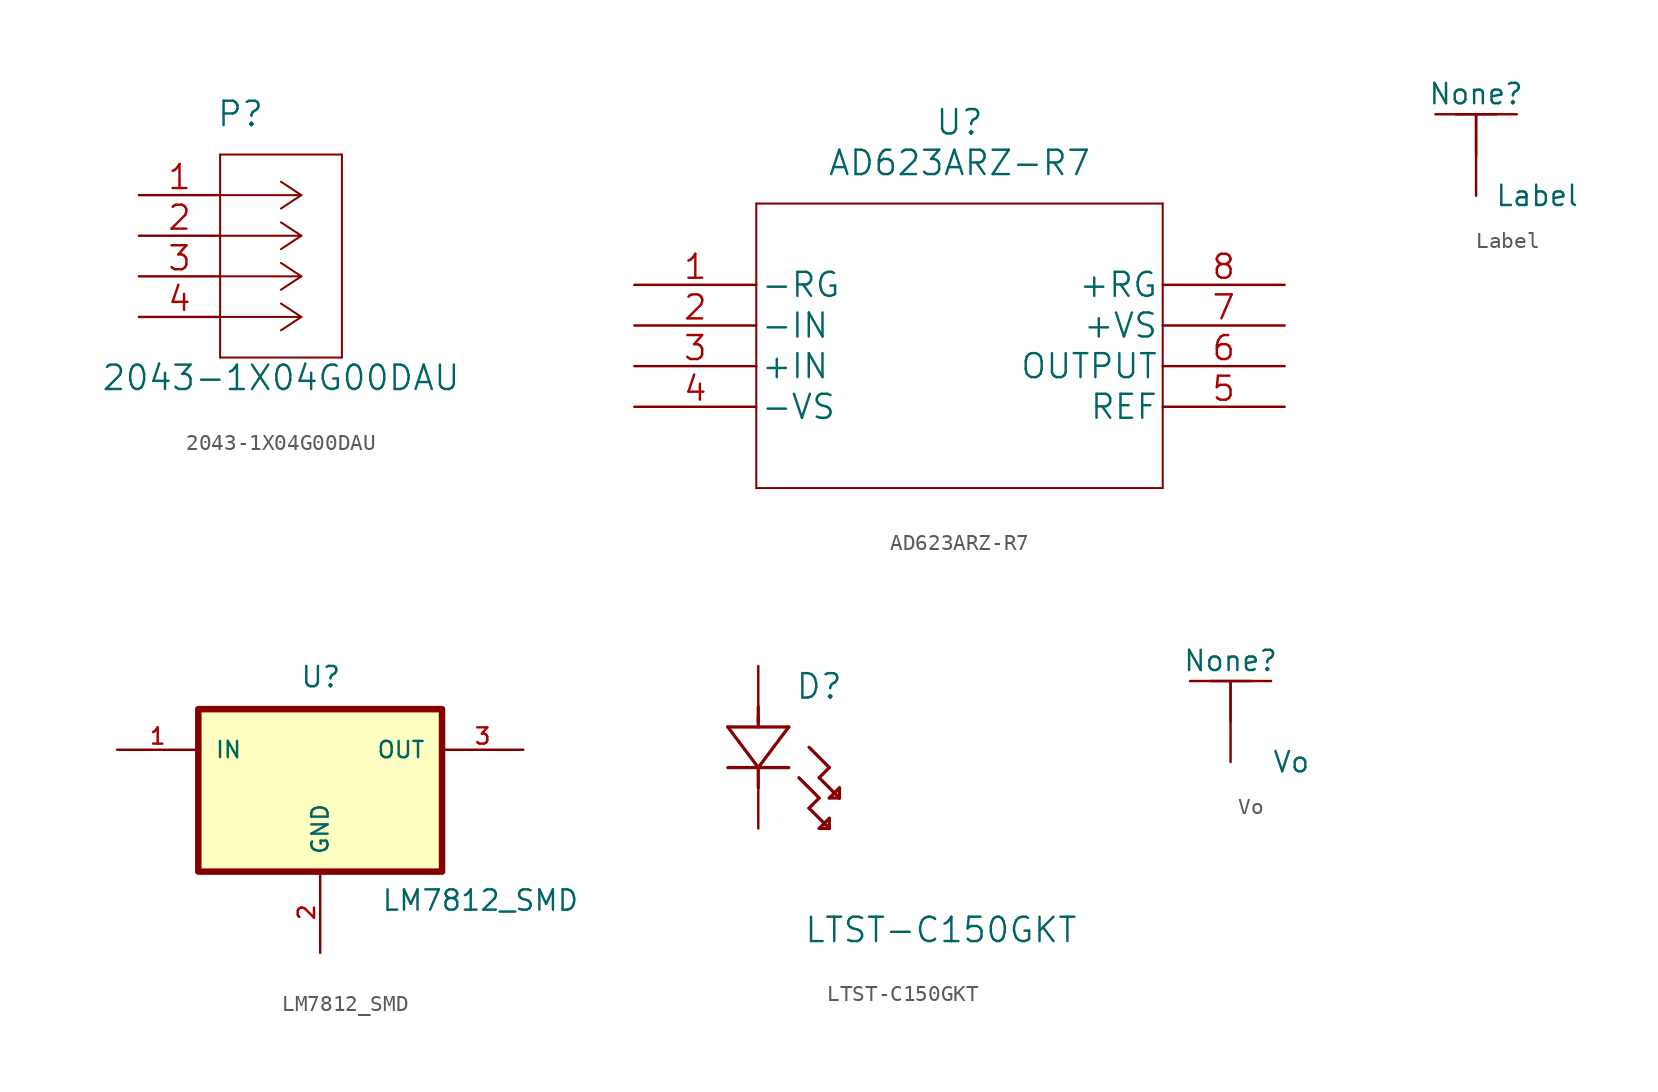
<source format=kicad_sym>
(kicad_symbol_lib
  (version 20211014)
  (generator kicad_symbol_editor)
  (symbol "2043-1X04G00DAU"
    (pin_names
      (offset 0.254) hide)
    (property "Reference" "P"
      (at 6.35 5.08 0)
      (effects (font (size 1.524 1.524))))
    (property "Value" "2043-1X04G00DAU"
      (at 8.89 -11.43 0)
      (effects (font (size 1.524 1.524))))
    (property "Datasheet" ""
      (at 0 0 0)
      (effects (font (size 1.524 1.524))))
    (symbol "2043-1X04G00DAU_1_1"
      (polyline (pts (xy 5.08 -10.16) (xy 12.7 -10.16)) (stroke (width 0.127) (type default) (color 0 0 0 0)) (fill (type none)))
      (polyline (pts (xy 5.08 2.54) (xy 5.08 -10.16)) (stroke (width 0.127) (type default) (color 0 0 0 0)) (fill (type none)))
      (polyline (pts (xy 10.16 -7.62) (xy 5.08 -7.62)) (stroke (width 0.127) (type default) (color 0 0 0 0)) (fill (type none)))
      (polyline (pts (xy 10.16 -7.62) (xy 8.89 -8.458)) (stroke (width 0.127) (type default) (color 0 0 0 0)) (fill (type none)))
      (polyline (pts (xy 10.16 -7.62) (xy 8.89 -6.782)) (stroke (width 0.127) (type default) (color 0 0 0 0)) (fill (type none)))
      (polyline (pts (xy 10.16 -5.08) (xy 5.08 -5.08)) (stroke (width 0.127) (type default) (color 0 0 0 0)) (fill (type none)))
      (polyline (pts (xy 10.16 -5.08) (xy 8.89 -5.918)) (stroke (width 0.127) (type default) (color 0 0 0 0)) (fill (type none)))
      (polyline (pts (xy 10.16 -5.08) (xy 8.89 -4.242)) (stroke (width 0.127) (type default) (color 0 0 0 0)) (fill (type none)))
      (polyline (pts (xy 10.16 -2.54) (xy 5.08 -2.54)) (stroke (width 0.127) (type default) (color 0 0 0 0)) (fill (type none)))
      (polyline (pts (xy 10.16 -2.54) (xy 8.89 -3.378)) (stroke (width 0.127) (type default) (color 0 0 0 0)) (fill (type none)))
      (polyline (pts (xy 10.16 -2.54) (xy 8.89 -1.702)) (stroke (width 0.127) (type default) (color 0 0 0 0)) (fill (type none)))
      (polyline (pts (xy 10.16 0) (xy 5.08 0)) (stroke (width 0.127) (type default) (color 0 0 0 0)) (fill (type none)))
      (polyline (pts (xy 10.16 0) (xy 8.89 -0.838)) (stroke (width 0.127) (type default) (color 0 0 0 0)) (fill (type none)))
      (polyline (pts (xy 10.16 0) (xy 8.89 0.838)) (stroke (width 0.127) (type default) (color 0 0 0 0)) (fill (type none)))
      (polyline (pts (xy 12.7 -10.16) (xy 12.7 2.54)) (stroke (width 0.127) (type default) (color 0 0 0 0)) (fill (type none)))
      (polyline (pts (xy 12.7 2.54) (xy 5.08 2.54)) (stroke (width 0.127) (type default) (color 0 0 0 0)) (fill (type none)))
      (pin passive line (at 0 0 0) (length 5.08) (name "1" (effects (font (size 1.499 1.499)))) (number "1" (effects (font (size 1.499 1.499)))))
      (pin passive line (at 0 -2.54 0) (length 5.08) (name "2" (effects (font (size 1.499 1.499)))) (number "2" (effects (font (size 1.499 1.499)))))
      (pin passive line (at 0 -5.08 0) (length 5.08) (name "3" (effects (font (size 1.499 1.499)))) (number "3" (effects (font (size 1.499 1.499)))))
      (pin passive line (at 0 -7.62 0) (length 5.08) (name "4" (effects (font (size 1.499 1.499)))) (number "4" (effects (font (size 1.499 1.499)))))))
  (symbol "AD623ARZ-R7"
    (pin_names
      (offset 0.254))
    (property "Reference" "U"
      (at 0 12.7 0)
      (effects (font (size 1.524 1.524))))
    (property "Value" "AD623ARZ-R7"
      (at 0 10.16 0)
      (effects (font (size 1.524 1.524))))
    (property "Datasheet" ""
      (at -20.32 2.54 0)
      (effects (font (size 1.524 1.524))))
    (symbol "AD623ARZ-R7_1_1"
      (polyline (pts (xy -12.7 -10.16) (xy 12.7 -10.16)) (stroke (width 0.127) (type default) (color 0 0 0 0)) (fill (type none)))
      (polyline (pts (xy -12.7 7.62) (xy -12.7 -10.16)) (stroke (width 0.127) (type default) (color 0 0 0 0)) (fill (type background)))
      (polyline (pts (xy 12.7 -10.16) (xy 12.7 7.62)) (stroke (width 0.127) (type default) (color 0 0 0 0)) (fill (type none)))
      (polyline (pts (xy 12.7 7.62) (xy -12.7 7.62)) (stroke (width 0.127) (type default) (color 0 0 0 0)) (fill (type background)))
      (pin passive line (at -20.32 2.54 0) (length 7.62) (name "-RG" (effects (font (size 1.499 1.499)))) (number "1" (effects (font (size 1.499 1.499)))))
      (pin input line (at -20.32 0 0) (length 7.62) (name "-IN" (effects (font (size 1.499 1.499)))) (number "2" (effects (font (size 1.499 1.499)))))
      (pin input line (at -20.32 -2.54 0) (length 7.62) (name "+IN" (effects (font (size 1.499 1.499)))) (number "3" (effects (font (size 1.499 1.499)))))
      (pin power_in line (at -20.32 -5.08 0) (length 7.62) (name "-VS" (effects (font (size 1.499 1.499)))) (number "4" (effects (font (size 1.499 1.499)))))
      (pin input line (at 20.32 -5.08 180) (length 7.62) (name "REF" (effects (font (size 1.499 1.499)))) (number "5" (effects (font (size 1.499 1.499)))))
      (pin output line (at 20.32 -2.54 180) (length 7.62) (name "OUTPUT" (effects (font (size 1.499 1.499)))) (number "6" (effects (font (size 1.499 1.499)))))
      (pin power_in line (at 20.32 0 180) (length 7.62) (name "+VS" (effects (font (size 1.499 1.499)))) (number "7" (effects (font (size 1.499 1.499)))))
      (pin passive line (at 20.32 2.54 180) (length 7.62) (name "+RG" (effects (font (size 1.499 1.499)))) (number "8" (effects (font (size 1.499 1.499)))))))
  (symbol "Label"
    (pin_names
      (offset 1.016))
    (property "Reference" "None"
      (at 0 2.54 0)
      (effects (font (size 1.27 1.27))))
    (property "Value" "Label"
      (at 3.81 -3.81 0)
      (effects (font (size 1.27 1.27))))
    (symbol "Label_0_0"
      (pin power_in line (at 0 -3.81 90) (length 5.08) (name "~" (effects (font (size 1.016 1.016)))) (number "~" (effects (font (size 1.016 1.016))))))
    (symbol "Label_0_1"
      (polyline (pts (xy -2.54 1.27) (xy 2.54 1.27)) (stroke (width 0) (type default) (color 0 0 0 0)) (fill (type none)))
      (polyline (pts (xy 0 -1.27) (xy 0 1.27) (xy -1.27 1.27) (xy 1.27 1.27)) (stroke (width 0) (type default) (color 0 0 0 0)) (fill (type none)))))
  (symbol "LM7812_SMD"
    (pin_names
      (offset 1.016))
    (property "Reference" "U"
      (at -1.27 6.35 0)
      (effects (font (size 1.27 1.27)) (justify left bottom)))
    (property "Value" "LM7812_SMD"
      (at 3.81 -7.62 0)
      (effects (font (size 1.27 1.27)) (justify left bottom)))
    (property "ki_locked" ""
      (at 0 0 0)
      (effects (font (size 1.27 1.27))))
    (symbol "LM7812_SMD_0_0"
      (rectangle (start -7.62 -5.08) (end 7.62 5.08) (stroke (width 0.406) (type default) (color 0 0 0 0)) (fill (type background)))
      (pin input line (at -12.7 2.54 0) (length 5.08) (name "IN" (effects (font (size 1.016 1.016)))) (number "1" (effects (font (size 1.016 1.016)))))
      (pin passive line (at 0 -10.16 90) (length 5.08) (name "GND" (effects (font (size 1.016 1.016)))) (number "2" (effects (font (size 1.016 1.016)))))
      (pin output line (at 12.7 2.54 180) (length 5.08) (name "OUT" (effects (font (size 1.016 1.016)))) (number "3" (effects (font (size 1.016 1.016)))))))
  (symbol "LTST-C150GKT"
    (pin_numbers hide)
    (pin_names hide)
    (property "Reference" "D"
      (at 3.81 5.08 0)
      (effects (font (size 1.524 1.524))))
    (property "Value" "LTST-C150GKT"
      (at 11.43 -10.16 0)
      (effects (font (size 1.524 1.524))))
    (property "Datasheet" ""
      (at 0 6.35 90)
      (effects (font (size 1.524 1.524))))
    (property "ki_locked" ""
      (at 0 0 0)
      (effects (font (size 1.27 1.27))))
    (symbol "LTST-C150GKT_1_1"
      (polyline (pts (xy -1.905 0) (xy 1.905 0)) (stroke (width 0.203) (type default) (color 0 0 0 0)) (fill (type none)))
      (polyline (pts (xy -1.905 2.54) (xy 0 0)) (stroke (width 0.203) (type default) (color 0 0 0 0)) (fill (type none)))
      (polyline (pts (xy 0 0) (xy 0 -1.27)) (stroke (width 0.203) (type default) (color 0 0 0 0)) (fill (type none)))
      (polyline (pts (xy 0 0) (xy 1.905 2.54)) (stroke (width 0.203) (type default) (color 0 0 0 0)) (fill (type none)))
      (polyline (pts (xy 0 3.175) (xy 0 2.54)) (stroke (width 0.203) (type default) (color 0 0 0 0)) (fill (type none)))
      (polyline (pts (xy 0 3.81) (xy 0 2.87)) (stroke (width 0.203) (type default) (color 0 0 0 0)) (fill (type none)))
      (polyline (pts (xy 1.905 2.54) (xy -1.905 2.54)) (stroke (width 0.203) (type default) (color 0 0 0 0)) (fill (type none)))
      (polyline (pts (xy 2.54 -0.635) (xy 3.81 -1.905)) (stroke (width 0.203) (type default) (color 0 0 0 0)) (fill (type none)))
      (polyline (pts (xy 3.175 -2.54) (xy 4.445 -3.81)) (stroke (width 0.203) (type default) (color 0 0 0 0)) (fill (type none)))
      (polyline (pts (xy 3.175 1.27) (xy 4.445 0)) (stroke (width 0.203) (type default) (color 0 0 0 0)) (fill (type none)))
      (polyline (pts (xy 3.81 -3.81) (xy 4.445 -3.81)) (stroke (width 0.203) (type default) (color 0 0 0 0)) (fill (type none)))
      (polyline (pts (xy 3.81 -1.905) (xy 3.175 -2.54)) (stroke (width 0.203) (type default) (color 0 0 0 0)) (fill (type none)))
      (polyline (pts (xy 3.81 -0.635) (xy 5.08 -1.905)) (stroke (width 0.203) (type default) (color 0 0 0 0)) (fill (type none)))
      (polyline (pts (xy 4.445 -3.81) (xy 4.445 -3.175)) (stroke (width 0.203) (type default) (color 0 0 0 0)) (fill (type none)))
      (polyline (pts (xy 4.445 -3.175) (xy 3.81 -3.81)) (stroke (width 0.203) (type default) (color 0 0 0 0)) (fill (type none)))
      (polyline (pts (xy 4.445 -1.905) (xy 5.08 -1.905)) (stroke (width 0.203) (type default) (color 0 0 0 0)) (fill (type none)))
      (polyline (pts (xy 4.445 0) (xy 3.81 -0.635)) (stroke (width 0.203) (type default) (color 0 0 0 0)) (fill (type none)))
      (polyline (pts (xy 5.08 -1.905) (xy 5.08 -1.27)) (stroke (width 0.203) (type default) (color 0 0 0 0)) (fill (type none)))
      (polyline (pts (xy 5.08 -1.27) (xy 4.445 -1.905)) (stroke (width 0.203) (type default) (color 0 0 0 0)) (fill (type none)))
      (pin power_out line (at 0 -3.81 90) (length 2.54) (name "1" (effects (font (size 1.499 1.499)))) (number "1" (effects (font (size 1.499 1.499)))))
      (pin power_in line (at 0 6.35 270) (length 2.54) (name "2" (effects (font (size 1.499 1.499)))) (number "2" (effects (font (size 1.499 1.499)))))))
  (symbol "Vo"
    (power)
    (pin_names
      (offset 1.016))
    (property "Reference" "None"
      (at 0 2.54 0)
      (effects (font (size 1.27 1.27))))
    (property "Value" "Vo"
      (at 3.81 -3.81 0)
      (effects (font (size 1.27 1.27))))
    (symbol "Vo_0_0"
      (pin bidirectional line (at 0 -3.81 90) (length 5.08) (name "~" (effects (font (size 1.016 1.016)))) (number "~" (effects (font (size 1.016 1.016))))))
    (symbol "Vo_0_1"
      (polyline (pts (xy -2.54 1.27) (xy 2.54 1.27)) (stroke (width 0) (type default) (color 0 0 0 0)) (fill (type none)))
      (polyline (pts (xy 0 -1.27) (xy 0 1.27) (xy -1.27 1.27) (xy 1.27 1.27)) (stroke (width 0) (type default) (color 0 0 0 0)) (fill (type none))))))
</source>
